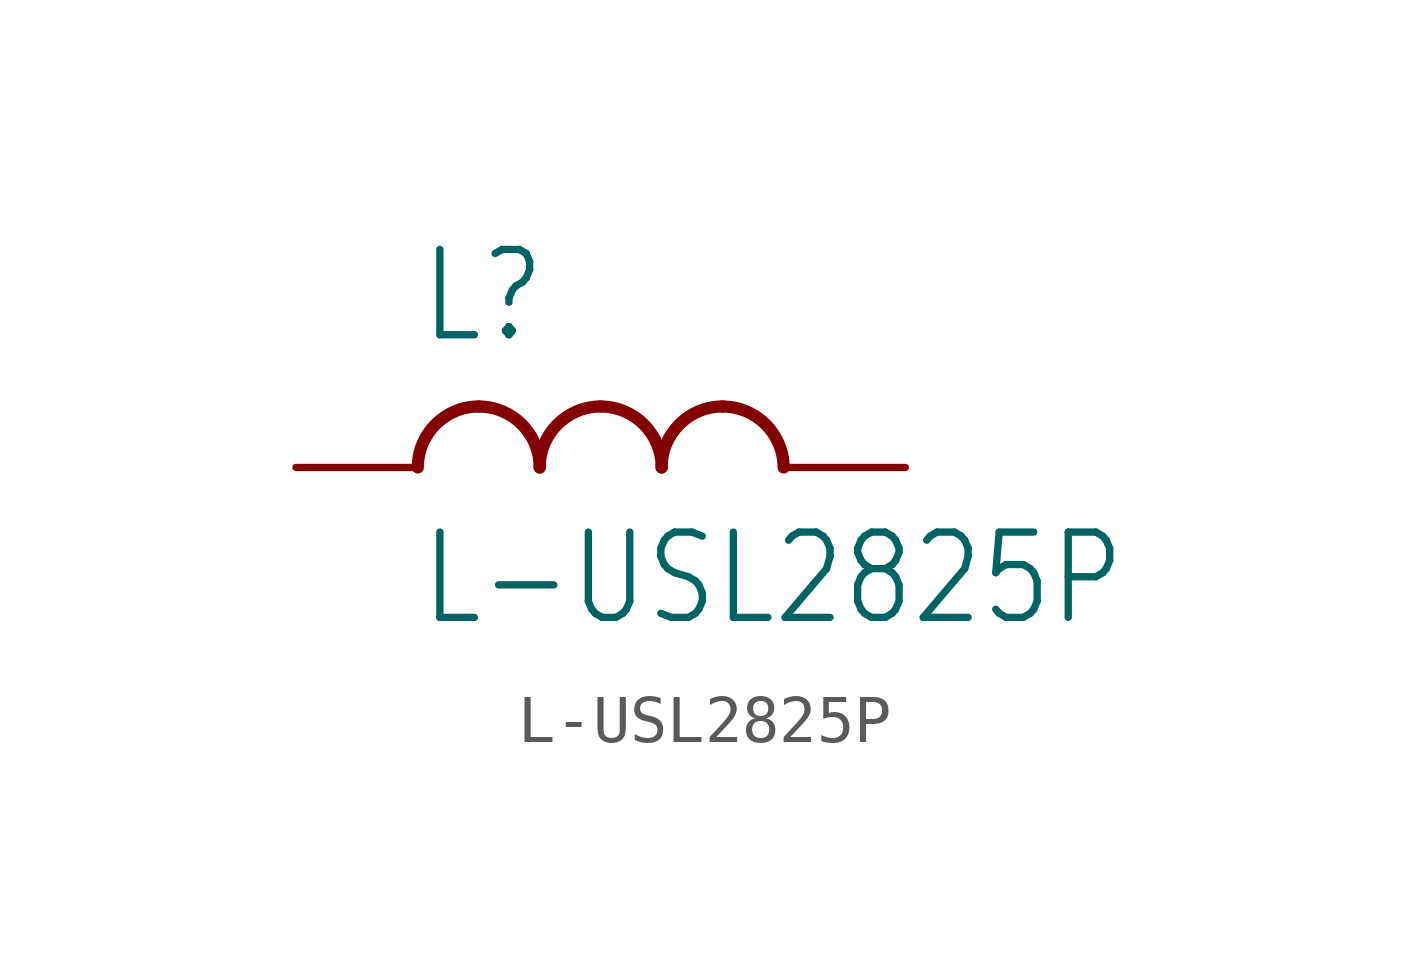
<source format=kicad_sym>
(kicad_symbol_lib
  (version 20211014)
  (generator kicad_symbol_editor)
  (symbol "L-USL2825P"
    (property "Reference" "L"
      (at -5.08 2.54 0)
      (effects (font (size 1.778 1.511)) (justify left bottom)))
    (property "Value" "L-USL2825P"
      (at -5.08 -1.27 0)
      (effects (font (size 1.778 1.511)) (justify left top)))
    (property "ki_locked" ""
      (at 0 0 0)
      (effects (font (size 1.27 1.27))))
    (symbol "L-USL2825P_1_0"
      (arc (start -3.81 1.27) (mid -4.708 0.898) (end -5.08 0) (stroke (width 0.254) (type default) (color 0 0 0 0)) (fill (type none)))
      (arc (start -2.54 0) (mid -2.912 0.898) (end -3.81 1.27) (stroke (width 0.254) (type default) (color 0 0 0 0)) (fill (type none)))
      (arc (start -1.27 1.27) (mid -2.168 0.898) (end -2.54 0) (stroke (width 0.254) (type default) (color 0 0 0 0)) (fill (type none)))
      (arc (start 0 0) (mid -0.372 0.898) (end -1.27 1.27) (stroke (width 0.254) (type default) (color 0 0 0 0)) (fill (type none)))
      (arc (start 1.27 1.27) (mid 0.372 0.898) (end 0 0) (stroke (width 0.254) (type default) (color 0 0 0 0)) (fill (type none)))
      (arc (start 2.54 0) (mid 2.168 0.898) (end 1.27 1.27) (stroke (width 0.254) (type default) (color 0 0 0 0)) (fill (type none)))
      (pin passive line (at -7.62 0 0) (length 2.54) (name "1" (effects (font (size 0 0)))) (number "1" (effects (font (size 0 0)))))
      (pin passive line (at 5.08 0 180) (length 2.54) (name "2" (effects (font (size 0 0)))) (number "2" (effects (font (size 0 0))))))))
</source>
